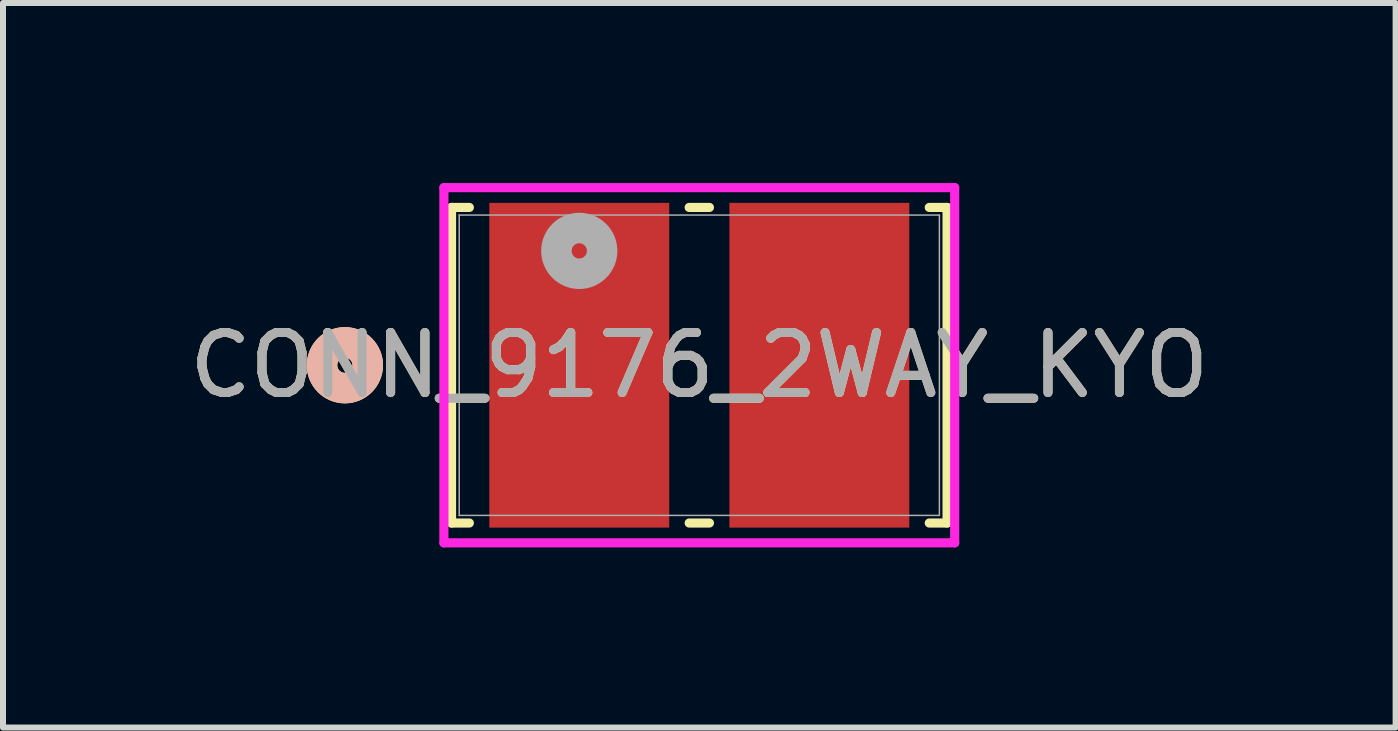
<source format=kicad_pcb>
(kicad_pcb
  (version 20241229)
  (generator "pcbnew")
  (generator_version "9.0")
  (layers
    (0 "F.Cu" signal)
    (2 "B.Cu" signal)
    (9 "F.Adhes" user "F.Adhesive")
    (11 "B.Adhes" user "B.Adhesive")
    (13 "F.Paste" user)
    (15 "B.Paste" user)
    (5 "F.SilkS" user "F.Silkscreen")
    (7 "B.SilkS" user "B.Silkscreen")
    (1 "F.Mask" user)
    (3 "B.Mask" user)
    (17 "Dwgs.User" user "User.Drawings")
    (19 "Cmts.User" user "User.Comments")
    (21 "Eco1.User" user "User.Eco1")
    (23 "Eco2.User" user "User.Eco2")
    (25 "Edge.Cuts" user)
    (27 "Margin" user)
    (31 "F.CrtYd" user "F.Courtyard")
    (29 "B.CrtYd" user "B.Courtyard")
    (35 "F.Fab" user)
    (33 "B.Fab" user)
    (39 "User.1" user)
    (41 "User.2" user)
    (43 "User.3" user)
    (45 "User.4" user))
  (footprint "CONN_9176_2WAY_KYO"
    (layer "F.Cu")
    (at 8.601 3.035)
    (property "Reference" "CONN_9176_2WAY_KYO" (at 0 0 0) (unlocked yes) (layer "F.SilkS") (effects (font (size 1 1) (thickness 0.15))))
    (attr smd)
    (fp_line (start -4.128 -2.629) (end -4.128 2.629) (stroke (width 0.152) (type solid)) (layer "F.SilkS"))
    (fp_line (start -4.128 2.629) (end -3.831 2.629) (stroke (width 0.152) (type solid)) (layer "F.SilkS"))
    (fp_line (start -3.831 -2.629) (end -4.128 -2.629) (stroke (width 0.152) (type solid)) (layer "F.SilkS"))
    (fp_line (start -0.169 2.629) (end 0.169 2.629) (stroke (width 0.152) (type solid)) (layer "F.SilkS"))
    (fp_line (start 0.169 -2.629) (end -0.169 -2.629) (stroke (width 0.152) (type solid)) (layer "F.SilkS"))
    (fp_line (start 3.831 2.629) (end 4.128 2.629) (stroke (width 0.152) (type solid)) (layer "F.SilkS"))
    (fp_line (start 4.128 -2.629) (end 3.831 -2.629) (stroke (width 0.152) (type solid)) (layer "F.SilkS"))
    (fp_line (start 4.128 2.629) (end 4.128 -2.629) (stroke (width 0.152) (type solid)) (layer "F.SilkS"))
    (fp_circle (center -5.905 0) (end -5.524 0) (stroke (width 0.508) (type solid)) (fill no) (layer "F.SilkS"))
    (fp_circle (center -5.905 0) (end -5.524 0) (stroke (width 0.508) (type solid)) (fill no) (layer "B.SilkS"))
    (fp_line (start -4.255 -2.959) (end -4.255 2.959) (stroke (width 0.152) (type solid)) (layer "F.CrtYd"))
    (fp_line (start -4.255 2.959) (end 4.255 2.959) (stroke (width 0.152) (type solid)) (layer "F.CrtYd"))
    (fp_line (start 4.255 -2.959) (end -4.255 -2.959) (stroke (width 0.152) (type solid)) (layer "F.CrtYd"))
    (fp_line (start 4.255 2.959) (end 4.255 -2.959) (stroke (width 0.152) (type solid)) (layer "F.CrtYd"))
    (fp_line (start -4 -2.502) (end -4 2.502) (stroke (width 0.025) (type solid)) (layer "F.Fab"))
    (fp_line (start -4 2.502) (end 4 2.502) (stroke (width 0.025) (type solid)) (layer "F.Fab"))
    (fp_line (start 4 -2.502) (end -4 -2.502) (stroke (width 0.025) (type solid)) (layer "F.Fab"))
    (fp_line (start 4 2.502) (end 4 -2.502) (stroke (width 0.025) (type solid)) (layer "F.Fab"))
    (fp_circle (center -2 -1.905) (end -1.619 -1.905) (stroke (width 0.508) (type solid)) (fill no) (layer "F.Fab"))
    (fp_text user "${REFERENCE}" (at 0 0 0) (unlocked yes) (layer "F.Fab") (effects (font (size 1 1) (thickness 0.15))))
    (pad "1" smd rect (at -2 0) (size 2.997 5.41) (layers "F.Cu" "F.Mask" "F.Paste"))
    (pad "2" smd rect (at 2 0) (size 2.997 5.41) (layers "F.Cu" "F.Mask" "F.Paste")))
  (gr_rect
    (start -3 -3)
    (end 20.202 9.071)
    (stroke (width 0.1) (type default))
    (fill no)
    (layer "Edge.Cuts")))
</source>
